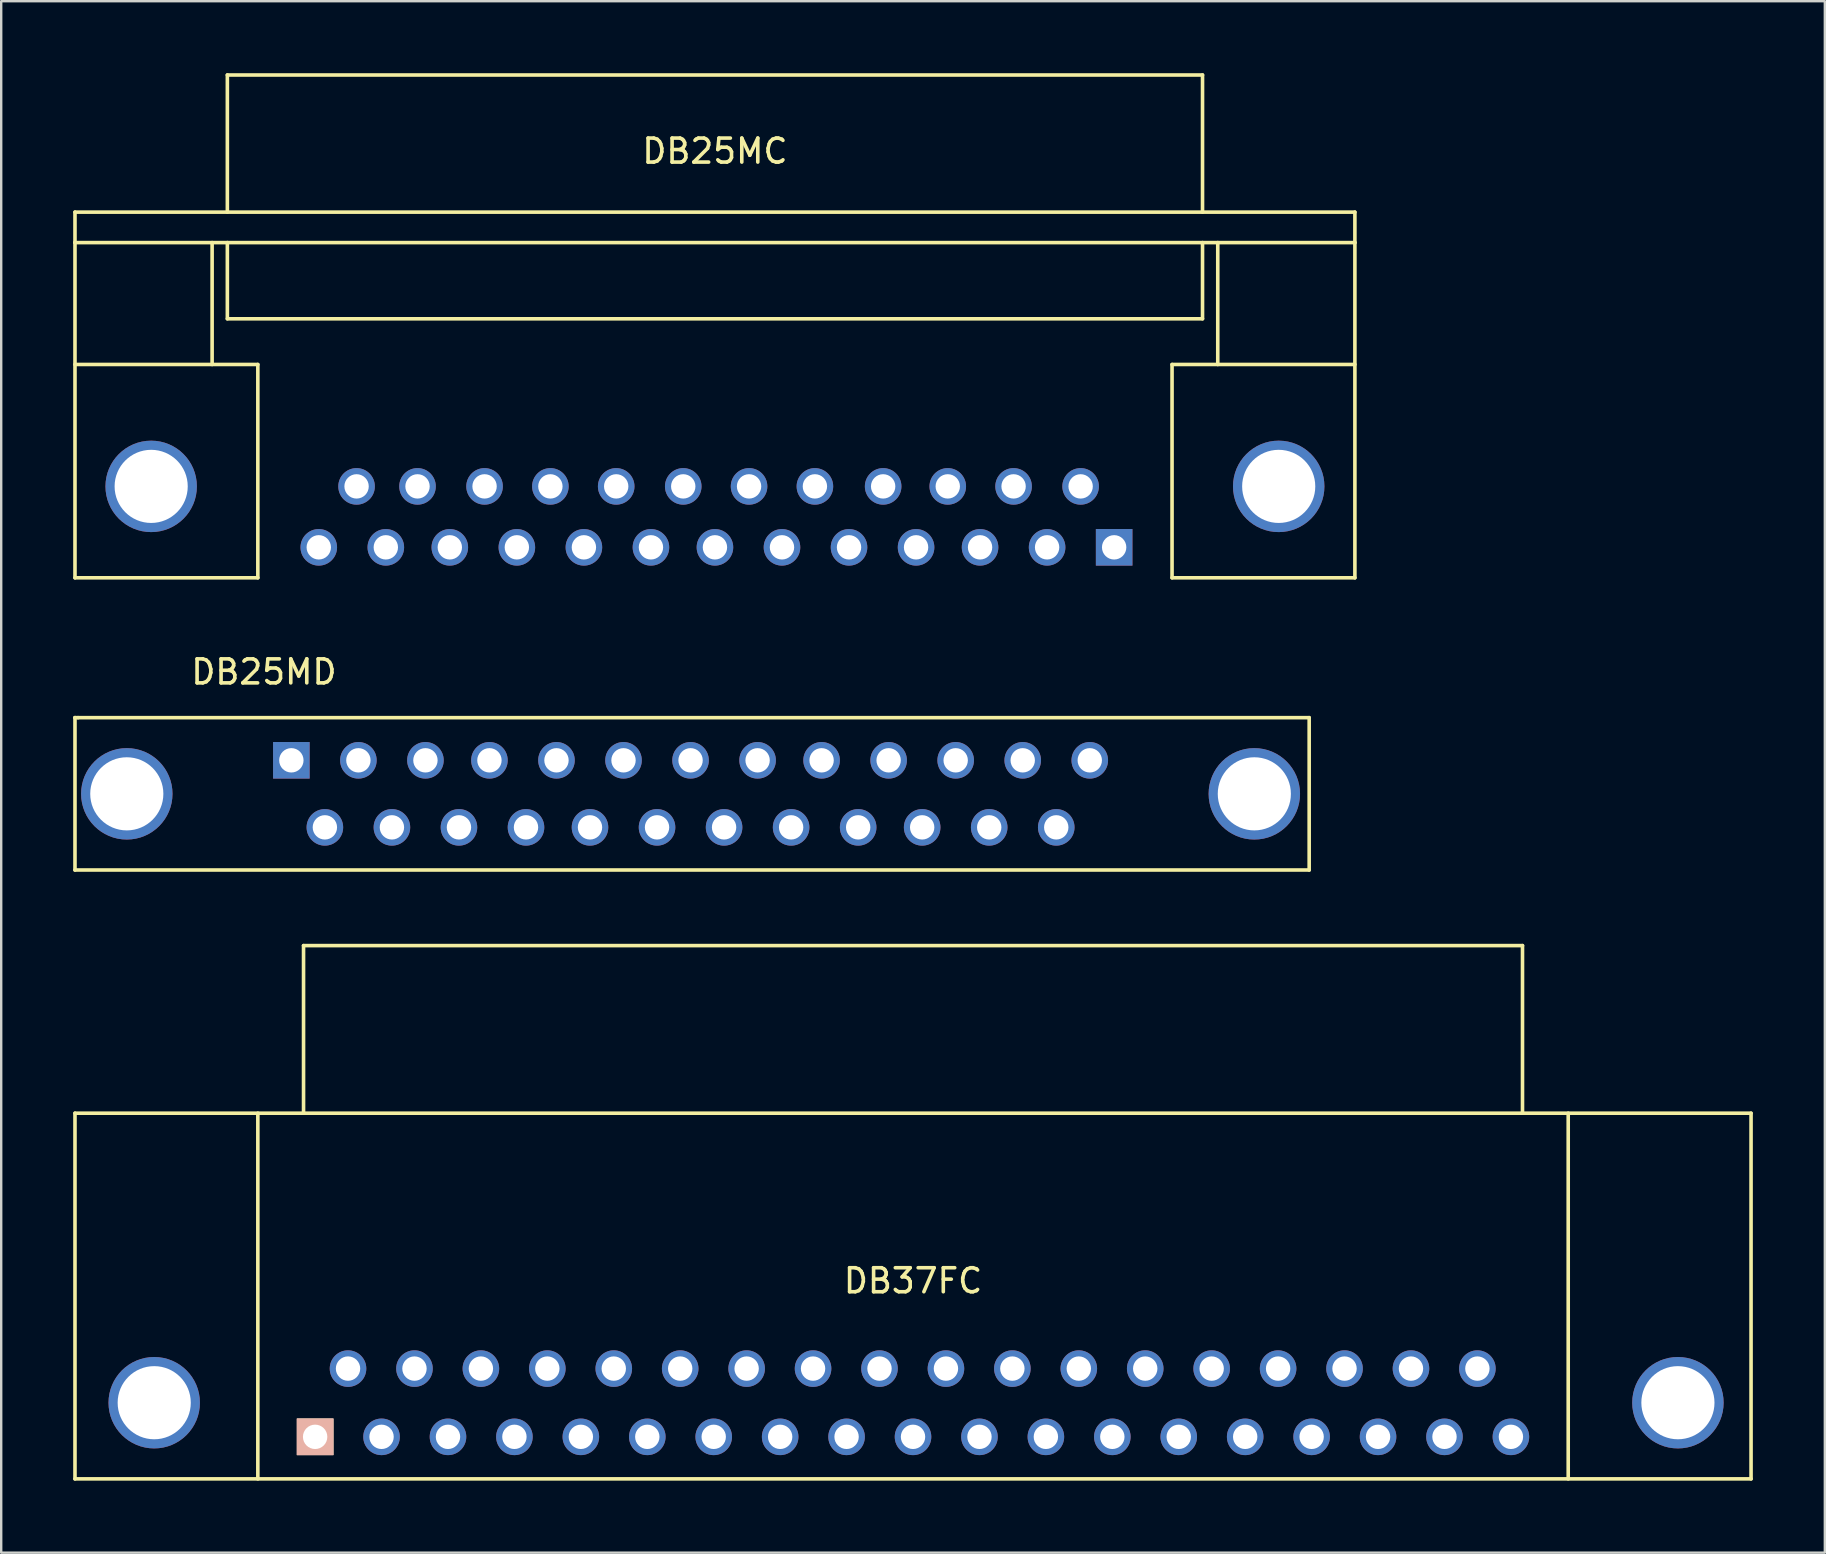
<source format=kicad_pcb>
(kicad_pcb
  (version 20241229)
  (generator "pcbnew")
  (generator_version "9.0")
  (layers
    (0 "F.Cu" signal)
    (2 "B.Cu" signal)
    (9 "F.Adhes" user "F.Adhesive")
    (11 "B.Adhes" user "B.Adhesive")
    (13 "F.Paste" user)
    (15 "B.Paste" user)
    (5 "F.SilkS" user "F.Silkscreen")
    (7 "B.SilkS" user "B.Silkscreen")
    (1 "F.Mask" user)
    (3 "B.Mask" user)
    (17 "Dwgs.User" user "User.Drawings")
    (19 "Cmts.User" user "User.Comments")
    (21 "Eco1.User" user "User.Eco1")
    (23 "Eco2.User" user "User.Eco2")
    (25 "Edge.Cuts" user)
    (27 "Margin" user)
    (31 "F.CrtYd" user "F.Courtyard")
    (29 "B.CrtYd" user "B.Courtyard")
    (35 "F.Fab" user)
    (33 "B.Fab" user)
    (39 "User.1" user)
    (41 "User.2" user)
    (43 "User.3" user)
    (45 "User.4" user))
  (footprint "DB25MD"
    (layer "F.Cu")
    (at 25.729 30.033)
    (property "Reference" "DB25MD" (at -17.78 -5.08 180) (layer "F.SilkS") (effects (font (size 1 1) (thickness 0.15))))
    (attr through_hole)
    (fp_line (start -25.654 -3.175) (end -25.654 -3.175) (stroke (width 0.15) (type solid)) (layer "F.SilkS"))
    (fp_line (start -25.654 -3.175) (end -25.654 3.175) (stroke (width 0.15) (type solid)) (layer "F.SilkS"))
    (fp_line (start -25.654 3.175) (end 25.781 3.175) (stroke (width 0.15) (type solid)) (layer "F.SilkS"))
    (fp_line (start -25.527 -3.175) (end -25.654 -3.175) (stroke (width 0.15) (type solid)) (layer "F.SilkS"))
    (fp_line (start 25.781 -3.175) (end -25.527 -3.175) (stroke (width 0.15) (type solid)) (layer "F.SilkS"))
    (fp_line (start 25.781 3.175) (end 25.781 -3.175) (stroke (width 0.15) (type solid)) (layer "F.SilkS"))
    (pad "0" thru_hole circle (at -23.495 0) (size 3.81 3.81) (drill 3.048) (layers "*.Cu" "*.Mask"))
    (pad "0" thru_hole circle (at 23.495 0) (size 3.81 3.81) (drill 3.048) (layers "*.Cu" "*.Mask"))
    (pad "1" thru_hole rect (at -16.637 -1.397) (size 1.524 1.524) (drill 1.016) (layers "*.Cu" "*.Mask"))
    (pad "2" thru_hole circle (at -13.843 -1.397) (size 1.524 1.524) (drill 1.016) (layers "*.Cu" "*.Mask"))
    (pad "3" thru_hole circle (at -11.049 -1.397) (size 1.524 1.524) (drill 1.016) (layers "*.Cu" "*.Mask"))
    (pad "4" thru_hole circle (at -8.382 -1.397) (size 1.524 1.524) (drill 1.016) (layers "*.Cu" "*.Mask"))
    (pad "5" thru_hole circle (at -5.588 -1.397) (size 1.524 1.524) (drill 1.016) (layers "*.Cu" "*.Mask"))
    (pad "6" thru_hole circle (at -2.794 -1.397) (size 1.524 1.524) (drill 1.016) (layers "*.Cu" "*.Mask"))
    (pad "7" thru_hole circle (at 0 -1.397) (size 1.524 1.524) (drill 1.016) (layers "*.Cu" "*.Mask"))
    (pad "8" thru_hole circle (at 2.794 -1.397) (size 1.524 1.524) (drill 1.016) (layers "*.Cu" "*.Mask"))
    (pad "9" thru_hole circle (at 5.461 -1.397) (size 1.524 1.524) (drill 1.016) (layers "*.Cu" "*.Mask"))
    (pad "10" thru_hole circle (at 8.255 -1.397) (size 1.524 1.524) (drill 1.016) (layers "*.Cu" "*.Mask"))
    (pad "11" thru_hole circle (at 11.049 -1.397) (size 1.524 1.524) (drill 1.016) (layers "*.Cu" "*.Mask"))
    (pad "12" thru_hole circle (at 13.843 -1.397) (size 1.524 1.524) (drill 1.016) (layers "*.Cu" "*.Mask"))
    (pad "13" thru_hole circle (at 16.637 -1.397) (size 1.524 1.524) (drill 1.016) (layers "*.Cu" "*.Mask"))
    (pad "14" thru_hole circle (at -15.24 1.397) (size 1.524 1.524) (drill 1.016) (layers "*.Cu" "*.Mask"))
    (pad "15" thru_hole circle (at -12.446 1.397) (size 1.524 1.524) (drill 1.016) (layers "*.Cu" "*.Mask"))
    (pad "16" thru_hole circle (at -9.652 1.397) (size 1.524 1.524) (drill 1.016) (layers "*.Cu" "*.Mask"))
    (pad "17" thru_hole circle (at -6.858 1.397) (size 1.524 1.524) (drill 1.016) (layers "*.Cu" "*.Mask"))
    (pad "18" thru_hole circle (at -4.191 1.397) (size 1.524 1.524) (drill 1.016) (layers "*.Cu" "*.Mask"))
    (pad "19" thru_hole circle (at -1.397 1.397) (size 1.524 1.524) (drill 1.016) (layers "*.Cu" "*.Mask"))
    (pad "20" thru_hole circle (at 1.397 1.397) (size 1.524 1.524) (drill 1.016) (layers "*.Cu" "*.Mask"))
    (pad "21" thru_hole circle (at 4.191 1.397) (size 1.524 1.524) (drill 1.016) (layers "*.Cu" "*.Mask"))
    (pad "22" thru_hole circle (at 6.985 1.397) (size 1.524 1.524) (drill 1.016) (layers "*.Cu" "*.Mask"))
    (pad "23" thru_hole circle (at 9.652 1.397) (size 1.524 1.524) (drill 1.016) (layers "*.Cu" "*.Mask"))
    (pad "24" thru_hole circle (at 12.446 1.397) (size 1.524 1.524) (drill 1.016) (layers "*.Cu" "*.Mask"))
    (pad "25" thru_hole circle (at 15.24 1.397) (size 1.524 1.524) (drill 1.016) (layers "*.Cu" "*.Mask")))
  (footprint "DB25MC"
    (layer "F.Cu")
    (at 26.745 18.49)
    (property "Reference" "DB25MC" (at 0 -15.24 0) (layer "F.SilkS") (effects (font (size 1 1) (thickness 0.15))))
    (attr through_hole)
    (fp_line (start -26.67 -12.7) (end -26.67 -11.43) (stroke (width 0.15) (type solid)) (layer "F.SilkS"))
    (fp_line (start -26.67 -11.43) (end 26.67 -11.43) (stroke (width 0.15) (type solid)) (layer "F.SilkS"))
    (fp_line (start -26.67 -6.35) (end -19.05 -6.35) (stroke (width 0.15) (type solid)) (layer "F.SilkS"))
    (fp_line (start -26.67 2.54) (end -26.67 -11.43) (stroke (width 0.15) (type solid)) (layer "F.SilkS"))
    (fp_line (start -26.67 2.54) (end -19.05 2.54) (stroke (width 0.15) (type solid)) (layer "F.SilkS"))
    (fp_line (start -20.955 -11.43) (end -20.955 -6.35) (stroke (width 0.15) (type solid)) (layer "F.SilkS"))
    (fp_line (start -20.32 -18.415) (end -20.32 -12.7) (stroke (width 0.15) (type solid)) (layer "F.SilkS"))
    (fp_line (start -20.32 -18.415) (end 20.32 -18.415) (stroke (width 0.15) (type solid)) (layer "F.SilkS"))
    (fp_line (start -20.32 -8.255) (end -20.32 -11.43) (stroke (width 0.15) (type solid)) (layer "F.SilkS"))
    (fp_line (start -20.32 -8.255) (end 20.32 -8.255) (stroke (width 0.15) (type solid)) (layer "F.SilkS"))
    (fp_line (start -19.05 -6.35) (end -19.05 2.54) (stroke (width 0.15) (type solid)) (layer "F.SilkS"))
    (fp_line (start 19.05 -6.35) (end 19.05 2.54) (stroke (width 0.15) (type solid)) (layer "F.SilkS"))
    (fp_line (start 19.05 2.54) (end 26.67 2.54) (stroke (width 0.15) (type solid)) (layer "F.SilkS"))
    (fp_line (start 20.32 -18.415) (end 20.32 -12.7) (stroke (width 0.15) (type solid)) (layer "F.SilkS"))
    (fp_line (start 20.32 -8.255) (end 20.32 -11.43) (stroke (width 0.15) (type solid)) (layer "F.SilkS"))
    (fp_line (start 20.955 -11.43) (end 20.955 -6.35) (stroke (width 0.15) (type solid)) (layer "F.SilkS"))
    (fp_line (start 26.67 -12.7) (end -26.67 -12.7) (stroke (width 0.15) (type solid)) (layer "F.SilkS"))
    (fp_line (start 26.67 -11.43) (end 26.67 -12.7) (stroke (width 0.15) (type solid)) (layer "F.SilkS"))
    (fp_line (start 26.67 -11.43) (end 26.67 2.54) (stroke (width 0.15) (type solid)) (layer "F.SilkS"))
    (fp_line (start 26.67 -6.35) (end 19.05 -6.35) (stroke (width 0.15) (type solid)) (layer "F.SilkS"))
    (pad "" thru_hole circle (at -23.495 -1.27) (size 3.81 3.81) (drill 3.048) (layers "*.Cu" "*.Mask"))
    (pad "" thru_hole circle (at 23.495 -1.27) (size 3.81 3.81) (drill 3.048) (layers "*.Cu" "*.Mask"))
    (pad "1" thru_hole rect (at 16.637 1.27) (size 1.524 1.524) (drill 1.016) (layers "*.Cu" "*.Mask"))
    (pad "2" thru_hole circle (at 13.843 1.27) (size 1.524 1.524) (drill 1.016) (layers "*.Cu" "*.Mask"))
    (pad "3" thru_hole circle (at 11.049 1.27) (size 1.524 1.524) (drill 1.016) (layers "*.Cu" "*.Mask"))
    (pad "4" thru_hole circle (at 8.382 1.27) (size 1.524 1.524) (drill 1.016) (layers "*.Cu" "*.Mask"))
    (pad "5" thru_hole circle (at 5.588 1.27) (size 1.524 1.524) (drill 1.016) (layers "*.Cu" "*.Mask"))
    (pad "6" thru_hole circle (at 2.794 1.27) (size 1.524 1.524) (drill 1.016) (layers "*.Cu" "*.Mask"))
    (pad "7" thru_hole circle (at 0 1.27) (size 1.524 1.524) (drill 1.016) (layers "*.Cu" "*.Mask"))
    (pad "8" thru_hole circle (at -2.667 1.27) (size 1.524 1.524) (drill 1.016) (layers "*.Cu" "*.Mask"))
    (pad "9" thru_hole circle (at -5.461 1.27) (size 1.524 1.524) (drill 1.016) (layers "*.Cu" "*.Mask"))
    (pad "10" thru_hole circle (at -8.255 1.27) (size 1.524 1.524) (drill 1.016) (layers "*.Cu" "*.Mask"))
    (pad "11" thru_hole circle (at -11.049 1.27) (size 1.524 1.524) (drill 1.016) (layers "*.Cu" "*.Mask"))
    (pad "12" thru_hole circle (at -13.716 1.27) (size 1.524 1.524) (drill 1.016) (layers "*.Cu" "*.Mask"))
    (pad "13" thru_hole circle (at -16.51 1.27) (size 1.524 1.524) (drill 1.016) (layers "*.Cu" "*.Mask"))
    (pad "14" thru_hole circle (at 15.24 -1.27) (size 1.524 1.524) (drill 1.016) (layers "*.Cu" "*.Mask"))
    (pad "15" thru_hole circle (at 12.446 -1.27) (size 1.524 1.524) (drill 1.016) (layers "*.Cu" "*.Mask"))
    (pad "16" thru_hole circle (at 9.703 -1.27) (size 1.524 1.524) (drill 1.016) (layers "*.Cu" "*.Mask"))
    (pad "17" thru_hole circle (at 7.01 -1.27) (size 1.524 1.524) (drill 1.016) (layers "*.Cu" "*.Mask"))
    (pad "18" thru_hole circle (at 4.166 -1.27) (size 1.524 1.524) (drill 1.016) (layers "*.Cu" "*.Mask"))
    (pad "19" thru_hole circle (at 1.422 -1.27) (size 1.524 1.524) (drill 1.016) (layers "*.Cu" "*.Mask"))
    (pad "20" thru_hole circle (at -1.321 -1.27) (size 1.524 1.524) (drill 1.016) (layers "*.Cu" "*.Mask"))
    (pad "21" thru_hole circle (at -4.115 -1.27) (size 1.524 1.524) (drill 1.016) (layers "*.Cu" "*.Mask"))
    (pad "22" thru_hole circle (at -6.858 -1.27) (size 1.524 1.524) (drill 1.016) (layers "*.Cu" "*.Mask"))
    (pad "23" thru_hole circle (at -9.601 -1.27) (size 1.524 1.524) (drill 1.016) (layers "*.Cu" "*.Mask"))
    (pad "24" thru_hole circle (at -12.395 -1.27) (size 1.524 1.524) (drill 1.016) (layers "*.Cu" "*.Mask"))
    (pad "25" thru_hole circle (at -14.935 -1.27) (size 1.524 1.524) (drill 1.016) (layers "*.Cu" "*.Mask")))
  (footprint "DB37FC"
    (layer "F.Cu")
    (at 35 55.408)
    (property "Reference" "DB37FC" (at 0 -5.08 180) (layer "F.SilkS") (effects (font (size 1 1) (thickness 0.15))))
    (attr through_hole)
    (fp_line (start -34.925 -12.065) (end 34.925 -12.065) (stroke (width 0.15) (type solid)) (layer "F.SilkS"))
    (fp_line (start -34.925 3.175) (end -34.925 -12.065) (stroke (width 0.15) (type solid)) (layer "F.SilkS"))
    (fp_line (start -27.305 -12.065) (end -27.305 3.175) (stroke (width 0.15) (type solid)) (layer "F.SilkS"))
    (fp_line (start -25.4 -19.05) (end -25.4 -12.065) (stroke (width 0.15) (type solid)) (layer "F.SilkS"))
    (fp_line (start 25.4 -19.05) (end -25.4 -19.05) (stroke (width 0.15) (type solid)) (layer "F.SilkS"))
    (fp_line (start 25.4 -12.065) (end 25.4 -19.05) (stroke (width 0.15) (type solid)) (layer "F.SilkS"))
    (fp_line (start 27.305 -12.065) (end 27.305 3.175) (stroke (width 0.15) (type solid)) (layer "F.SilkS"))
    (fp_line (start 34.925 -12.065) (end 34.925 3.175) (stroke (width 0.15) (type solid)) (layer "F.SilkS"))
    (fp_line (start 34.925 3.175) (end -34.925 3.175) (stroke (width 0.15) (type solid)) (layer "F.SilkS"))
    (pad "1" thru_hole rect (at -24.917 1.422 180) (size 1.524 1.524) (drill 1.016) (layers "*.Cu" "*.SilkS" "*.Mask"))
    (pad "2" thru_hole circle (at -22.149 1.422 180) (size 1.524 1.524) (drill 1.016) (layers "*.Cu" "*.Mask"))
    (pad "3" thru_hole circle (at -19.38 1.422 180) (size 1.524 1.524) (drill 1.016) (layers "*.Cu" "*.Mask"))
    (pad "4" thru_hole circle (at -16.612 1.422 180) (size 1.524 1.524) (drill 1.016) (layers "*.Cu" "*.Mask"))
    (pad "5" thru_hole circle (at -13.843 1.422 180) (size 1.524 1.524) (drill 1.016) (layers "*.Cu" "*.Mask"))
    (pad "6" thru_hole circle (at -11.074 1.422 180) (size 1.524 1.524) (drill 1.016) (layers "*.Cu" "*.Mask"))
    (pad "7" thru_hole circle (at -8.306 1.422 180) (size 1.524 1.524) (drill 1.016) (layers "*.Cu" "*.Mask"))
    (pad "8" thru_hole circle (at -5.537 1.422 180) (size 1.524 1.524) (drill 1.016) (layers "*.Cu" "*.Mask"))
    (pad "9" thru_hole circle (at -2.769 1.422 180) (size 1.524 1.524) (drill 1.016) (layers "*.Cu" "*.Mask"))
    (pad "10" thru_hole circle (at 0 1.422 180) (size 1.524 1.524) (drill 1.016) (layers "*.Cu" "*.Mask"))
    (pad "11" thru_hole circle (at 2.769 1.422 180) (size 1.524 1.524) (drill 1.016) (layers "*.Cu" "*.Mask"))
    (pad "12" thru_hole circle (at 5.537 1.422 180) (size 1.524 1.524) (drill 1.016) (layers "*.Cu" "*.Mask"))
    (pad "13" thru_hole circle (at 8.306 1.422 180) (size 1.524 1.524) (drill 1.016) (layers "*.Cu" "*.Mask"))
    (pad "14" thru_hole circle (at 11.074 1.422 180) (size 1.524 1.524) (drill 1.016) (layers "*.Cu" "*.Mask"))
    (pad "15" thru_hole circle (at 13.843 1.422 180) (size 1.524 1.524) (drill 1.016) (layers "*.Cu" "*.Mask"))
    (pad "16" thru_hole circle (at 16.612 1.422 180) (size 1.524 1.524) (drill 1.016) (layers "*.Cu" "*.Mask"))
    (pad "17" thru_hole circle (at 19.38 1.422 180) (size 1.524 1.524) (drill 1.016) (layers "*.Cu" "*.Mask"))
    (pad "18" thru_hole circle (at 22.149 1.422 180) (size 1.524 1.524) (drill 1.016) (layers "*.Cu" "*.Mask"))
    (pad "19" thru_hole circle (at 24.917 1.422 180) (size 1.524 1.524) (drill 1.016) (layers "*.Cu" "*.Mask"))
    (pad "20" thru_hole circle (at -23.546 -1.422 180) (size 1.524 1.524) (drill 1.016) (layers "*.Cu" "*.Mask"))
    (pad "21" thru_hole circle (at -20.777 -1.422 180) (size 1.524 1.524) (drill 1.016) (layers "*.Cu" "*.Mask"))
    (pad "22" thru_hole circle (at -18.009 -1.422 180) (size 1.524 1.524) (drill 1.016) (layers "*.Cu" "*.Mask"))
    (pad "23" thru_hole circle (at -15.24 -1.422 180) (size 1.524 1.524) (drill 1.016) (layers "*.Cu" "*.Mask"))
    (pad "24" thru_hole circle (at -12.471 -1.422 180) (size 1.524 1.524) (drill 1.016) (layers "*.Cu" "*.Mask"))
    (pad "25" thru_hole circle (at -9.703 -1.422 180) (size 1.524 1.524) (drill 1.016) (layers "*.Cu" "*.Mask"))
    (pad "26" thru_hole circle (at -6.934 -1.422 180) (size 1.524 1.524) (drill 1.016) (layers "*.Cu" "*.Mask"))
    (pad "27" thru_hole circle (at -4.166 -1.422 180) (size 1.524 1.524) (drill 1.016) (layers "*.Cu" "*.Mask"))
    (pad "28" thru_hole circle (at -1.397 -1.422 180) (size 1.524 1.524) (drill 1.016) (layers "*.Cu" "*.Mask"))
    (pad "29" thru_hole circle (at 1.372 -1.422 180) (size 1.524 1.524) (drill 1.016) (layers "*.Cu" "*.Mask"))
    (pad "30" thru_hole circle (at 4.14 -1.422 180) (size 1.524 1.524) (drill 1.016) (layers "*.Cu" "*.Mask"))
    (pad "31" thru_hole circle (at 6.909 -1.422 180) (size 1.524 1.524) (drill 1.016) (layers "*.Cu" "*.Mask"))
    (pad "32" thru_hole circle (at 9.677 -1.422 180) (size 1.524 1.524) (drill 1.016) (layers "*.Cu" "*.Mask"))
    (pad "33" thru_hole circle (at 12.446 -1.422 180) (size 1.524 1.524) (drill 1.016) (layers "*.Cu" "*.Mask"))
    (pad "34" thru_hole circle (at 15.215 -1.422 180) (size 1.524 1.524) (drill 1.016) (layers "*.Cu" "*.Mask"))
    (pad "35" thru_hole circle (at 17.983 -1.422 180) (size 1.524 1.524) (drill 1.016) (layers "*.Cu" "*.Mask"))
    (pad "36" thru_hole circle (at 20.752 -1.422 180) (size 1.524 1.524) (drill 1.016) (layers "*.Cu" "*.Mask"))
    (pad "37" thru_hole circle (at 23.52 -1.422 180) (size 1.524 1.524) (drill 1.016) (layers "*.Cu" "*.Mask"))
    (pad "?" thru_hole circle (at -31.623 0 180) (size 3.81 3.81) (drill 3.048) (layers "*.Cu" "*.Mask"))
    (pad "?" thru_hole circle (at 31.877 0 180) (size 3.81 3.81) (drill 3.048) (layers "*.Cu" "*.Mask")))
  (gr_rect
    (start -3 -3)
    (end 73 61.658)
    (stroke (width 0.1) (type default))
    (fill no)
    (layer "Edge.Cuts")))
</source>
